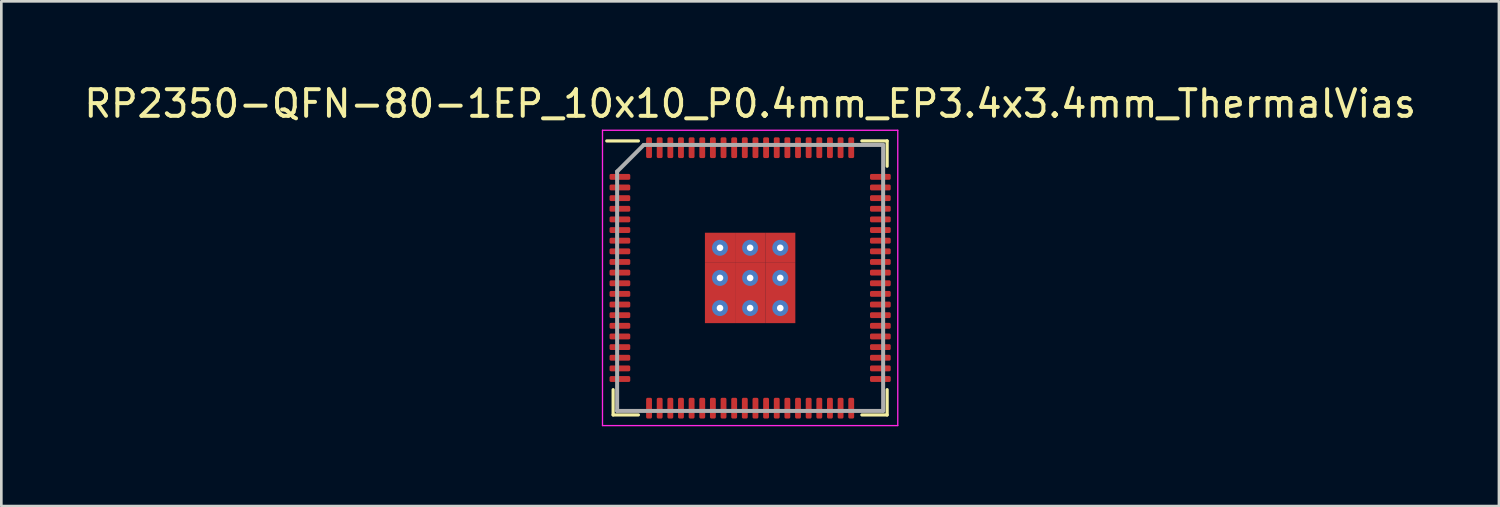
<source format=kicad_pcb>
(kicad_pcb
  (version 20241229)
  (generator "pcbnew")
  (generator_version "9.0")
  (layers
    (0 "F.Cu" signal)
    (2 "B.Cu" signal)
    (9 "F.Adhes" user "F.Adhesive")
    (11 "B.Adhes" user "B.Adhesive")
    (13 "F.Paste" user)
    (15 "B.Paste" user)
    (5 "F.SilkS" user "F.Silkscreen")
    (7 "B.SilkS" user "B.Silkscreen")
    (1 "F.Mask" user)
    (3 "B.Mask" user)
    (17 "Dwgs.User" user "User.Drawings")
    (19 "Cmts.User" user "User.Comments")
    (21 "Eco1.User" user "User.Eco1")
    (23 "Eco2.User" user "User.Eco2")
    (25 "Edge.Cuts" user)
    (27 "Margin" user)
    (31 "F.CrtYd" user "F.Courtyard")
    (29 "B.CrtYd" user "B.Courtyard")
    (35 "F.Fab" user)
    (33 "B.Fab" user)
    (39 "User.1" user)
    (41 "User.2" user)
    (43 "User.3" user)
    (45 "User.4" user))
  (footprint "RP2350-QFN-80-1EP_10x10_P0.4mm_EP3.4x3.4mm_ThermalVias"
    (layer "F.Cu")
    (at 25.149 7.398)
    (property "Reference" "RP2350-QFN-80-1EP_10x10_P0.4mm_EP3.4x3.4mm_ThermalVias" (at 0 -6.55 0) (layer "F.SilkS") (effects (font (size 1 1) (thickness 0.15))))
    (attr smd)
    (fp_line (start -5.15 5.15) (end -5.15 4.2) (stroke (width 0.12) (type default)) (layer "F.SilkS"))
    (fp_line (start -4.2 -5.15) (end -5.39 -5.15) (stroke (width 0.12) (type default)) (layer "F.SilkS"))
    (fp_line (start -4.2 5.15) (end -5.15 5.15) (stroke (width 0.12) (type default)) (layer "F.SilkS"))
    (fp_line (start 4.2 -5.15) (end 5.15 -5.15) (stroke (width 0.12) (type default)) (layer "F.SilkS"))
    (fp_line (start 4.2 5.15) (end 5.15 5.15) (stroke (width 0.12) (type default)) (layer "F.SilkS"))
    (fp_line (start 5.15 -5.15) (end 5.15 -4.2) (stroke (width 0.12) (type default)) (layer "F.SilkS"))
    (fp_line (start 5.15 5.15) (end 5.15 4.2) (stroke (width 0.12) (type default)) (layer "F.SilkS"))
    (fp_line (start -5.55 -5.55) (end 5.55 -5.55) (stroke (width 0.05) (type default)) (layer "F.CrtYd"))
    (fp_line (start -5.55 5.55) (end -5.55 -5.55) (stroke (width 0.05) (type default)) (layer "F.CrtYd"))
    (fp_line (start 5.55 -5.55) (end 5.55 5.55) (stroke (width 0.05) (type default)) (layer "F.CrtYd"))
    (fp_line (start 5.55 5.55) (end -5.55 5.55) (stroke (width 0.05) (type default)) (layer "F.CrtYd"))
    (fp_line (start -5 -4) (end -5 5) (stroke (width 0.15) (type default)) (layer "F.Fab"))
    (fp_line (start -5 5) (end 5 5) (stroke (width 0.15) (type default)) (layer "F.Fab"))
    (fp_line (start -4 -5) (end -5 -4) (stroke (width 0.15) (type default)) (layer "F.Fab"))
    (fp_line (start 5 -5) (end -4 -5) (stroke (width 0.15) (type default)) (layer "F.Fab"))
    (fp_line (start 5 5) (end 5 -5) (stroke (width 0.15) (type default)) (layer "F.Fab"))
    (pad "" smd roundrect (at -0.7 -0.7) (size 1.2 1.2) (layers "F.Paste") (roundrect_rratio 0.208))
    (pad "" smd roundrect (at -0.7 0.7) (size 1.2 1.2) (layers "F.Paste") (roundrect_rratio 0.208))
    (pad "" smd roundrect (at 0.7 -0.7) (size 1.2 1.2) (layers "F.Paste") (roundrect_rratio 0.208))
    (pad "" smd roundrect (at 0.7 0.7) (size 1.2 1.2) (layers "F.Paste") (roundrect_rratio 0.208))
    (pad "1" smd roundrect (at -4.896 -3.8 90) (size 0.22 0.78) (layers "F.Cu" "F.Mask" "F.Paste") (roundrect_rratio 0.25))
    (pad "2" smd roundrect (at -4.896 -3.4 90) (size 0.22 0.78) (layers "F.Cu" "F.Mask" "F.Paste") (roundrect_rratio 0.25))
    (pad "3" smd roundrect (at -4.896 -3 90) (size 0.22 0.78) (layers "F.Cu" "F.Mask" "F.Paste") (roundrect_rratio 0.25))
    (pad "4" smd roundrect (at -4.896 -2.6 90) (size 0.22 0.78) (layers "F.Cu" "F.Mask" "F.Paste") (roundrect_rratio 0.25))
    (pad "5" smd roundrect (at -4.896 -2.2 90) (size 0.22 0.78) (layers "F.Cu" "F.Mask" "F.Paste") (roundrect_rratio 0.25))
    (pad "6" smd roundrect (at -4.896 -1.8 90) (size 0.22 0.78) (layers "F.Cu" "F.Mask" "F.Paste") (roundrect_rratio 0.25))
    (pad "7" smd roundrect (at -4.896 -1.4 90) (size 0.22 0.78) (layers "F.Cu" "F.Mask" "F.Paste") (roundrect_rratio 0.25))
    (pad "8" smd roundrect (at -4.896 -1 90) (size 0.22 0.78) (layers "F.Cu" "F.Mask" "F.Paste") (roundrect_rratio 0.25))
    (pad "9" smd roundrect (at -4.896 -0.6 90) (size 0.22 0.78) (layers "F.Cu" "F.Mask" "F.Paste") (roundrect_rratio 0.25))
    (pad "10" smd roundrect (at -4.896 -0.2 90) (size 0.22 0.78) (layers "F.Cu" "F.Mask" "F.Paste") (roundrect_rratio 0.25))
    (pad "11" smd roundrect (at -4.896 0.2 90) (size 0.22 0.78) (layers "F.Cu" "F.Mask" "F.Paste") (roundrect_rratio 0.25))
    (pad "12" smd roundrect (at -4.896 0.6 90) (size 0.22 0.78) (layers "F.Cu" "F.Mask" "F.Paste") (roundrect_rratio 0.25))
    (pad "13" smd roundrect (at -4.896 1 90) (size 0.22 0.78) (layers "F.Cu" "F.Mask" "F.Paste") (roundrect_rratio 0.25))
    (pad "14" smd roundrect (at -4.896 1.4 90) (size 0.22 0.78) (layers "F.Cu" "F.Mask" "F.Paste") (roundrect_rratio 0.25))
    (pad "15" smd roundrect (at -4.896 1.8 90) (size 0.22 0.78) (layers "F.Cu" "F.Mask" "F.Paste") (roundrect_rratio 0.25))
    (pad "16" smd roundrect (at -4.896 2.2 90) (size 0.22 0.78) (layers "F.Cu" "F.Mask" "F.Paste") (roundrect_rratio 0.25))
    (pad "17" smd roundrect (at -4.896 2.6 90) (size 0.22 0.78) (layers "F.Cu" "F.Mask" "F.Paste") (roundrect_rratio 0.25))
    (pad "18" smd roundrect (at -4.896 3 90) (size 0.22 0.78) (layers "F.Cu" "F.Mask" "F.Paste") (roundrect_rratio 0.25))
    (pad "19" smd roundrect (at -4.896 3.4 90) (size 0.22 0.78) (layers "F.Cu" "F.Mask" "F.Paste") (roundrect_rratio 0.25))
    (pad "20" smd roundrect (at -4.896 3.8 90) (size 0.22 0.78) (layers "F.Cu" "F.Mask" "F.Paste") (roundrect_rratio 0.25))
    (pad "21" smd roundrect (at -3.8 4.896) (size 0.22 0.78) (layers "F.Cu" "F.Mask" "F.Paste") (roundrect_rratio 0.25))
    (pad "22" smd roundrect (at -3.4 4.896) (size 0.22 0.78) (layers "F.Cu" "F.Mask" "F.Paste") (roundrect_rratio 0.25))
    (pad "23" smd roundrect (at -3 4.896) (size 0.22 0.78) (layers "F.Cu" "F.Mask" "F.Paste") (roundrect_rratio 0.25))
    (pad "24" smd roundrect (at -2.6 4.896) (size 0.22 0.78) (layers "F.Cu" "F.Mask" "F.Paste") (roundrect_rratio 0.25))
    (pad "25" smd roundrect (at -2.2 4.896) (size 0.22 0.78) (layers "F.Cu" "F.Mask" "F.Paste") (roundrect_rratio 0.25))
    (pad "26" smd roundrect (at -1.8 4.896) (size 0.22 0.78) (layers "F.Cu" "F.Mask" "F.Paste") (roundrect_rratio 0.25))
    (pad "27" smd roundrect (at -1.4 4.896) (size 0.22 0.78) (layers "F.Cu" "F.Mask" "F.Paste") (roundrect_rratio 0.25))
    (pad "28" smd roundrect (at -1 4.896) (size 0.22 0.78) (layers "F.Cu" "F.Mask" "F.Paste") (roundrect_rratio 0.25))
    (pad "29" smd roundrect (at -0.6 4.896) (size 0.22 0.78) (layers "F.Cu" "F.Mask" "F.Paste") (roundrect_rratio 0.25))
    (pad "30" smd roundrect (at -0.2 4.896) (size 0.22 0.78) (layers "F.Cu" "F.Mask" "F.Paste") (roundrect_rratio 0.25))
    (pad "31" smd roundrect (at 0.2 4.896) (size 0.22 0.78) (layers "F.Cu" "F.Mask" "F.Paste") (roundrect_rratio 0.25))
    (pad "32" smd roundrect (at 0.6 4.896) (size 0.22 0.78) (layers "F.Cu" "F.Mask" "F.Paste") (roundrect_rratio 0.25))
    (pad "33" smd roundrect (at 1 4.896) (size 0.22 0.78) (layers "F.Cu" "F.Mask" "F.Paste") (roundrect_rratio 0.25))
    (pad "34" smd roundrect (at 1.4 4.896) (size 0.22 0.78) (layers "F.Cu" "F.Mask" "F.Paste") (roundrect_rratio 0.25))
    (pad "35" smd roundrect (at 1.8 4.896) (size 0.22 0.78) (layers "F.Cu" "F.Mask" "F.Paste") (roundrect_rratio 0.25))
    (pad "36" smd roundrect (at 2.2 4.896) (size 0.22 0.78) (layers "F.Cu" "F.Mask" "F.Paste") (roundrect_rratio 0.25))
    (pad "37" smd roundrect (at 2.6 4.896) (size 0.22 0.78) (layers "F.Cu" "F.Mask" "F.Paste") (roundrect_rratio 0.25))
    (pad "38" smd roundrect (at 3 4.896) (size 0.22 0.78) (layers "F.Cu" "F.Mask" "F.Paste") (roundrect_rratio 0.25))
    (pad "39" smd roundrect (at 3.4 4.896) (size 0.22 0.78) (layers "F.Cu" "F.Mask" "F.Paste") (roundrect_rratio 0.25))
    (pad "40" smd roundrect (at 3.8 4.896) (size 0.22 0.78) (layers "F.Cu" "F.Mask" "F.Paste") (roundrect_rratio 0.25))
    (pad "41" smd roundrect (at 4.896 3.8 90) (size 0.22 0.78) (layers "F.Cu" "F.Mask" "F.Paste") (roundrect_rratio 0.25))
    (pad "42" smd roundrect (at 4.896 3.4 90) (size 0.22 0.78) (layers "F.Cu" "F.Mask" "F.Paste") (roundrect_rratio 0.25))
    (pad "43" smd roundrect (at 4.896 3 90) (size 0.22 0.78) (layers "F.Cu" "F.Mask" "F.Paste") (roundrect_rratio 0.25))
    (pad "44" smd roundrect (at 4.896 2.6 90) (size 0.22 0.78) (layers "F.Cu" "F.Mask" "F.Paste") (roundrect_rratio 0.25))
    (pad "45" smd roundrect (at 4.896 2.2 90) (size 0.22 0.78) (layers "F.Cu" "F.Mask" "F.Paste") (roundrect_rratio 0.25))
    (pad "46" smd roundrect (at 4.896 1.8 90) (size 0.22 0.78) (layers "F.Cu" "F.Mask" "F.Paste") (roundrect_rratio 0.25))
    (pad "47" smd roundrect (at 4.896 1.4 90) (size 0.22 0.78) (layers "F.Cu" "F.Mask" "F.Paste") (roundrect_rratio 0.25))
    (pad "48" smd roundrect (at 4.896 1 90) (size 0.22 0.78) (layers "F.Cu" "F.Mask" "F.Paste") (roundrect_rratio 0.25))
    (pad "49" smd roundrect (at 4.896 0.6 90) (size 0.22 0.78) (layers "F.Cu" "F.Mask" "F.Paste") (roundrect_rratio 0.25))
    (pad "50" smd roundrect (at 4.896 0.2 90) (size 0.22 0.78) (layers "F.Cu" "F.Mask" "F.Paste") (roundrect_rratio 0.25))
    (pad "51" smd roundrect (at 4.896 -0.2 90) (size 0.22 0.78) (layers "F.Cu" "F.Mask" "F.Paste") (roundrect_rratio 0.25))
    (pad "52" smd roundrect (at 4.896 -0.6 90) (size 0.22 0.78) (layers "F.Cu" "F.Mask" "F.Paste") (roundrect_rratio 0.25))
    (pad "53" smd roundrect (at 4.896 -1 90) (size 0.22 0.78) (layers "F.Cu" "F.Mask" "F.Paste") (roundrect_rratio 0.25))
    (pad "54" smd roundrect (at 4.896 -1.4 90) (size 0.22 0.78) (layers "F.Cu" "F.Mask" "F.Paste") (roundrect_rratio 0.25))
    (pad "55" smd roundrect (at 4.896 -1.8 90) (size 0.22 0.78) (layers "F.Cu" "F.Mask" "F.Paste") (roundrect_rratio 0.25))
    (pad "56" smd roundrect (at 4.896 -2.2 90) (size 0.22 0.78) (layers "F.Cu" "F.Mask" "F.Paste") (roundrect_rratio 0.25))
    (pad "57" smd roundrect (at 4.896 -2.6 90) (size 0.22 0.78) (layers "F.Cu" "F.Mask" "F.Paste") (roundrect_rratio 0.25))
    (pad "58" smd roundrect (at 4.896 -3 90) (size 0.22 0.78) (layers "F.Cu" "F.Mask" "F.Paste") (roundrect_rratio 0.25))
    (pad "59" smd roundrect (at 4.896 -3.4 90) (size 0.22 0.78) (layers "F.Cu" "F.Mask" "F.Paste") (roundrect_rratio 0.25))
    (pad "60" smd roundrect (at 4.896 -3.8 90) (size 0.22 0.78) (layers "F.Cu" "F.Mask" "F.Paste") (roundrect_rratio 0.25))
    (pad "61" smd roundrect (at 3.8 -4.896) (size 0.22 0.78) (layers "F.Cu" "F.Mask" "F.Paste") (roundrect_rratio 0.25))
    (pad "62" smd roundrect (at 3.4 -4.896) (size 0.22 0.78) (layers "F.Cu" "F.Mask" "F.Paste") (roundrect_rratio 0.25))
    (pad "63" smd roundrect (at 3 -4.896) (size 0.22 0.78) (layers "F.Cu" "F.Mask" "F.Paste") (roundrect_rratio 0.25))
    (pad "64" smd roundrect (at 2.6 -4.896) (size 0.22 0.78) (layers "F.Cu" "F.Mask" "F.Paste") (roundrect_rratio 0.25))
    (pad "65" smd roundrect (at 2.2 -4.896) (size 0.22 0.78) (layers "F.Cu" "F.Mask" "F.Paste") (roundrect_rratio 0.25))
    (pad "66" smd roundrect (at 1.8 -4.896) (size 0.22 0.78) (layers "F.Cu" "F.Mask" "F.Paste") (roundrect_rratio 0.25))
    (pad "67" smd roundrect (at 1.4 -4.896) (size 0.22 0.78) (layers "F.Cu" "F.Mask" "F.Paste") (roundrect_rratio 0.25))
    (pad "68" smd roundrect (at 1 -4.896) (size 0.22 0.78) (layers "F.Cu" "F.Mask" "F.Paste") (roundrect_rratio 0.25))
    (pad "69" smd roundrect (at 0.6 -4.896) (size 0.22 0.78) (layers "F.Cu" "F.Mask" "F.Paste") (roundrect_rratio 0.25))
    (pad "70" smd roundrect (at 0.2 -4.896) (size 0.22 0.78) (layers "F.Cu" "F.Mask" "F.Paste") (roundrect_rratio 0.25))
    (pad "71" smd roundrect (at -0.2 -4.896) (size 0.22 0.78) (layers "F.Cu" "F.Mask" "F.Paste") (roundrect_rratio 0.25))
    (pad "72" smd roundrect (at -0.6 -4.896) (size 0.22 0.78) (layers "F.Cu" "F.Mask" "F.Paste") (roundrect_rratio 0.25))
    (pad "73" smd roundrect (at -1 -4.896) (size 0.22 0.78) (layers "F.Cu" "F.Mask" "F.Paste") (roundrect_rratio 0.25))
    (pad "74" smd roundrect (at -1.4 -4.896) (size 0.22 0.78) (layers "F.Cu" "F.Mask" "F.Paste") (roundrect_rratio 0.25))
    (pad "75" smd roundrect (at -1.8 -4.896) (size 0.22 0.78) (layers "F.Cu" "F.Mask" "F.Paste") (roundrect_rratio 0.25))
    (pad "76" smd roundrect (at -2.2 -4.896) (size 0.22 0.78) (layers "F.Cu" "F.Mask" "F.Paste") (roundrect_rratio 0.25))
    (pad "77" smd roundrect (at -2.6 -4.896) (size 0.22 0.78) (layers "F.Cu" "F.Mask" "F.Paste") (roundrect_rratio 0.25))
    (pad "78" smd roundrect (at -3 -4.896) (size 0.22 0.78) (layers "F.Cu" "F.Mask" "F.Paste") (roundrect_rratio 0.25))
    (pad "79" smd roundrect (at -3.4 -4.896) (size 0.22 0.78) (layers "F.Cu" "F.Mask" "F.Paste") (roundrect_rratio 0.25))
    (pad "80" smd roundrect (at -3.8 -4.896) (size 0.22 0.78) (layers "F.Cu" "F.Mask" "F.Paste") (roundrect_rratio 0.25))
    (pad "81" thru_hole circle (at -1.133 -1.133) (size 0.6 0.6) (drill 0.25) (layers "*.Cu" "*.Mask"))
    (pad "81" smd rect (at -1.133 -1.133) (size 1.133 1.133) (layers "F.Cu" "F.Mask" "F.Paste"))
    (pad "81" thru_hole circle (at -1.133 0) (size 0.6 0.6) (drill 0.25) (layers "*.Cu" "*.Mask"))
    (pad "81" smd rect (at -1.133 0) (size 1.133 1.133) (layers "F.Cu" "F.Mask" "F.Paste"))
    (pad "81" thru_hole circle (at -1.133 1.133) (size 0.6 0.6) (drill 0.25) (layers "*.Cu" "*.Mask"))
    (pad "81" smd rect (at -1.133 1.133) (size 1.133 1.133) (layers "F.Cu" "F.Mask" "F.Paste"))
    (pad "81" thru_hole circle (at 0 -1.133) (size 0.6 0.6) (drill 0.25) (layers "*.Cu" "*.Mask"))
    (pad "81" smd rect (at 0 -1.133) (size 1.133 1.133) (layers "F.Cu" "F.Mask" "F.Paste"))
    (pad "81" thru_hole circle (at 0 0) (size 0.6 0.6) (drill 0.25) (layers "*.Cu" "*.Mask"))
    (pad "81" smd rect (at 0 0) (size 1.133 1.133) (layers "F.Cu" "F.Mask" "F.Paste"))
    (pad "81" thru_hole circle (at 0 1.133) (size 0.6 0.6) (drill 0.25) (layers "*.Cu" "*.Mask"))
    (pad "81" smd rect (at 0 1.133) (size 1.133 1.133) (layers "F.Cu" "F.Mask" "F.Paste"))
    (pad "81" thru_hole circle (at 1.133 -1.133) (size 0.6 0.6) (drill 0.25) (layers "*.Cu" "*.Mask"))
    (pad "81" smd rect (at 1.133 -1.133) (size 1.133 1.133) (layers "F.Cu" "F.Mask" "F.Paste"))
    (pad "81" thru_hole circle (at 1.133 0) (size 0.6 0.6) (drill 0.25) (layers "*.Cu" "*.Mask"))
    (pad "81" smd rect (at 1.133 0) (size 1.133 1.133) (layers "F.Cu" "F.Mask" "F.Paste"))
    (pad "81" thru_hole circle (at 1.133 1.133) (size 0.6 0.6) (drill 0.25) (layers "*.Cu" "*.Mask"))
    (pad "81" smd rect (at 1.133 1.133) (size 1.133 1.133) (layers "F.Cu" "F.Mask" "F.Paste")))
  (gr_rect
    (start -3 -3)
    (end 53.298 15.973)
    (stroke (width 0.1) (type default))
    (fill no)
    (layer "Edge.Cuts")))
</source>
